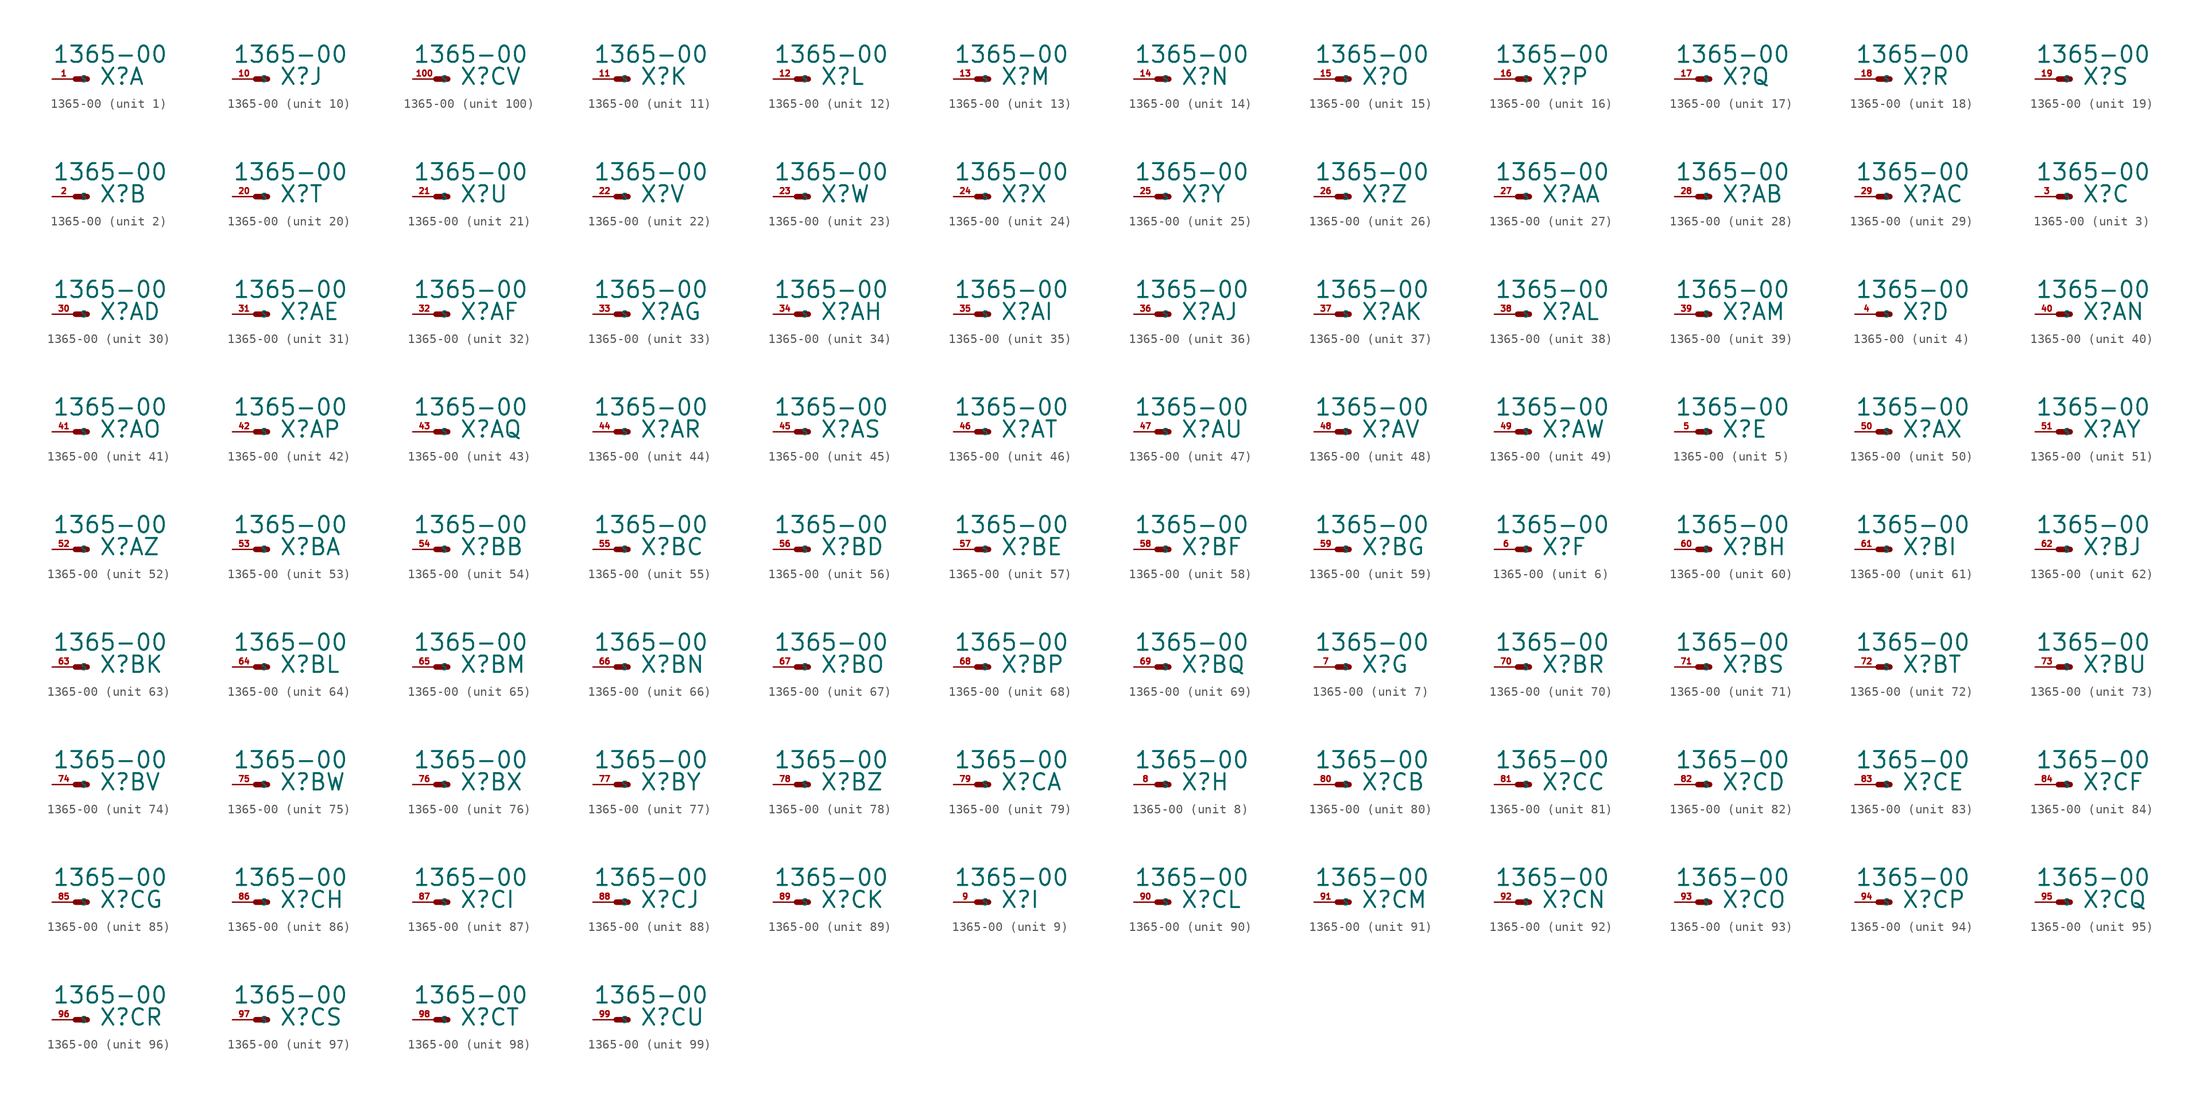
<source format=kicad_sym>
(kicad_symbol_lib
  (version 20220914)
  (generator Eagle2Kicad)
  (symbol "1365-00"
    (property "Reference" "X"
      (at 2.54 -0.762 0)
      (effects (font (size 1.778 1.778) (thickness 0.22)) (justify left bottom)))
    (property "Value" "1365-00"
      (at -2.54 1.651 0)
      (effects (font (size 1.778 1.778) (thickness 0.22)) (justify left bottom)))
    (symbol "1365-00_1_0"
      (polyline (pts (xy 0 0) (xy 1.27 0)) (stroke (width 0.61) (type default)) (fill (type none)))
      (pin passive line (at -2.54 0 0) (length 2.54) (name "S" (effects (font (size 0.635 0.635) (thickness 0.08)) (justify left bottom))) (number "1" (effects (font (size 0.635 0.635) (thickness 0.08)) (justify left bottom)))))
    (symbol "1365-00_2_0"
      (polyline (pts (xy 0 0) (xy 1.27 0)) (stroke (width 0.61) (type default)) (fill (type none)))
      (pin passive line (at -2.54 0 0) (length 2.54) (name "S" (effects (font (size 0.635 0.635) (thickness 0.08)) (justify left bottom))) (number "2" (effects (font (size 0.635 0.635) (thickness 0.08)) (justify left bottom)))))
    (symbol "1365-00_3_0"
      (polyline (pts (xy 0 0) (xy 1.27 0)) (stroke (width 0.61) (type default)) (fill (type none)))
      (pin passive line (at -2.54 0 0) (length 2.54) (name "S" (effects (font (size 0.635 0.635) (thickness 0.08)) (justify left bottom))) (number "3" (effects (font (size 0.635 0.635) (thickness 0.08)) (justify left bottom)))))
    (symbol "1365-00_4_0"
      (polyline (pts (xy 0 0) (xy 1.27 0)) (stroke (width 0.61) (type default)) (fill (type none)))
      (pin passive line (at -2.54 0 0) (length 2.54) (name "S" (effects (font (size 0.635 0.635) (thickness 0.08)) (justify left bottom))) (number "4" (effects (font (size 0.635 0.635) (thickness 0.08)) (justify left bottom)))))
    (symbol "1365-00_5_0"
      (polyline (pts (xy 0 0) (xy 1.27 0)) (stroke (width 0.61) (type default)) (fill (type none)))
      (pin passive line (at -2.54 0 0) (length 2.54) (name "S" (effects (font (size 0.635 0.635) (thickness 0.08)) (justify left bottom))) (number "5" (effects (font (size 0.635 0.635) (thickness 0.08)) (justify left bottom)))))
    (symbol "1365-00_6_0"
      (polyline (pts (xy 0 0) (xy 1.27 0)) (stroke (width 0.61) (type default)) (fill (type none)))
      (pin passive line (at -2.54 0 0) (length 2.54) (name "S" (effects (font (size 0.635 0.635) (thickness 0.08)) (justify left bottom))) (number "6" (effects (font (size 0.635 0.635) (thickness 0.08)) (justify left bottom)))))
    (symbol "1365-00_7_0"
      (polyline (pts (xy 0 0) (xy 1.27 0)) (stroke (width 0.61) (type default)) (fill (type none)))
      (pin passive line (at -2.54 0 0) (length 2.54) (name "S" (effects (font (size 0.635 0.635) (thickness 0.08)) (justify left bottom))) (number "7" (effects (font (size 0.635 0.635) (thickness 0.08)) (justify left bottom)))))
    (symbol "1365-00_8_0"
      (polyline (pts (xy 0 0) (xy 1.27 0)) (stroke (width 0.61) (type default)) (fill (type none)))
      (pin passive line (at -2.54 0 0) (length 2.54) (name "S" (effects (font (size 0.635 0.635) (thickness 0.08)) (justify left bottom))) (number "8" (effects (font (size 0.635 0.635) (thickness 0.08)) (justify left bottom)))))
    (symbol "1365-00_9_0"
      (polyline (pts (xy 0 0) (xy 1.27 0)) (stroke (width 0.61) (type default)) (fill (type none)))
      (pin passive line (at -2.54 0 0) (length 2.54) (name "S" (effects (font (size 0.635 0.635) (thickness 0.08)) (justify left bottom))) (number "9" (effects (font (size 0.635 0.635) (thickness 0.08)) (justify left bottom)))))
    (symbol "1365-00_10_0"
      (polyline (pts (xy 0 0) (xy 1.27 0)) (stroke (width 0.61) (type default)) (fill (type none)))
      (pin passive line (at -2.54 0 0) (length 2.54) (name "S" (effects (font (size 0.635 0.635) (thickness 0.08)) (justify left bottom))) (number "10" (effects (font (size 0.635 0.635) (thickness 0.08)) (justify left bottom)))))
    (symbol "1365-00_11_0"
      (polyline (pts (xy 0 0) (xy 1.27 0)) (stroke (width 0.61) (type default)) (fill (type none)))
      (pin passive line (at -2.54 0 0) (length 2.54) (name "S" (effects (font (size 0.635 0.635) (thickness 0.08)) (justify left bottom))) (number "11" (effects (font (size 0.635 0.635) (thickness 0.08)) (justify left bottom)))))
    (symbol "1365-00_12_0"
      (polyline (pts (xy 0 0) (xy 1.27 0)) (stroke (width 0.61) (type default)) (fill (type none)))
      (pin passive line (at -2.54 0 0) (length 2.54) (name "S" (effects (font (size 0.635 0.635) (thickness 0.08)) (justify left bottom))) (number "12" (effects (font (size 0.635 0.635) (thickness 0.08)) (justify left bottom)))))
    (symbol "1365-00_13_0"
      (polyline (pts (xy 0 0) (xy 1.27 0)) (stroke (width 0.61) (type default)) (fill (type none)))
      (pin passive line (at -2.54 0 0) (length 2.54) (name "S" (effects (font (size 0.635 0.635) (thickness 0.08)) (justify left bottom))) (number "13" (effects (font (size 0.635 0.635) (thickness 0.08)) (justify left bottom)))))
    (symbol "1365-00_14_0"
      (polyline (pts (xy 0 0) (xy 1.27 0)) (stroke (width 0.61) (type default)) (fill (type none)))
      (pin passive line (at -2.54 0 0) (length 2.54) (name "S" (effects (font (size 0.635 0.635) (thickness 0.08)) (justify left bottom))) (number "14" (effects (font (size 0.635 0.635) (thickness 0.08)) (justify left bottom)))))
    (symbol "1365-00_15_0"
      (polyline (pts (xy 0 0) (xy 1.27 0)) (stroke (width 0.61) (type default)) (fill (type none)))
      (pin passive line (at -2.54 0 0) (length 2.54) (name "S" (effects (font (size 0.635 0.635) (thickness 0.08)) (justify left bottom))) (number "15" (effects (font (size 0.635 0.635) (thickness 0.08)) (justify left bottom)))))
    (symbol "1365-00_16_0"
      (polyline (pts (xy 0 0) (xy 1.27 0)) (stroke (width 0.61) (type default)) (fill (type none)))
      (pin passive line (at -2.54 0 0) (length 2.54) (name "S" (effects (font (size 0.635 0.635) (thickness 0.08)) (justify left bottom))) (number "16" (effects (font (size 0.635 0.635) (thickness 0.08)) (justify left bottom)))))
    (symbol "1365-00_17_0"
      (polyline (pts (xy 0 0) (xy 1.27 0)) (stroke (width 0.61) (type default)) (fill (type none)))
      (pin passive line (at -2.54 0 0) (length 2.54) (name "S" (effects (font (size 0.635 0.635) (thickness 0.08)) (justify left bottom))) (number "17" (effects (font (size 0.635 0.635) (thickness 0.08)) (justify left bottom)))))
    (symbol "1365-00_18_0"
      (polyline (pts (xy 0 0) (xy 1.27 0)) (stroke (width 0.61) (type default)) (fill (type none)))
      (pin passive line (at -2.54 0 0) (length 2.54) (name "S" (effects (font (size 0.635 0.635) (thickness 0.08)) (justify left bottom))) (number "18" (effects (font (size 0.635 0.635) (thickness 0.08)) (justify left bottom)))))
    (symbol "1365-00_19_0"
      (polyline (pts (xy 0 0) (xy 1.27 0)) (stroke (width 0.61) (type default)) (fill (type none)))
      (pin passive line (at -2.54 0 0) (length 2.54) (name "S" (effects (font (size 0.635 0.635) (thickness 0.08)) (justify left bottom))) (number "19" (effects (font (size 0.635 0.635) (thickness 0.08)) (justify left bottom)))))
    (symbol "1365-00_20_0"
      (polyline (pts (xy 0 0) (xy 1.27 0)) (stroke (width 0.61) (type default)) (fill (type none)))
      (pin passive line (at -2.54 0 0) (length 2.54) (name "S" (effects (font (size 0.635 0.635) (thickness 0.08)) (justify left bottom))) (number "20" (effects (font (size 0.635 0.635) (thickness 0.08)) (justify left bottom)))))
    (symbol "1365-00_21_0"
      (polyline (pts (xy 0 0) (xy 1.27 0)) (stroke (width 0.61) (type default)) (fill (type none)))
      (pin passive line (at -2.54 0 0) (length 2.54) (name "S" (effects (font (size 0.635 0.635) (thickness 0.08)) (justify left bottom))) (number "21" (effects (font (size 0.635 0.635) (thickness 0.08)) (justify left bottom)))))
    (symbol "1365-00_22_0"
      (polyline (pts (xy 0 0) (xy 1.27 0)) (stroke (width 0.61) (type default)) (fill (type none)))
      (pin passive line (at -2.54 0 0) (length 2.54) (name "S" (effects (font (size 0.635 0.635) (thickness 0.08)) (justify left bottom))) (number "22" (effects (font (size 0.635 0.635) (thickness 0.08)) (justify left bottom)))))
    (symbol "1365-00_23_0"
      (polyline (pts (xy 0 0) (xy 1.27 0)) (stroke (width 0.61) (type default)) (fill (type none)))
      (pin passive line (at -2.54 0 0) (length 2.54) (name "S" (effects (font (size 0.635 0.635) (thickness 0.08)) (justify left bottom))) (number "23" (effects (font (size 0.635 0.635) (thickness 0.08)) (justify left bottom)))))
    (symbol "1365-00_24_0"
      (polyline (pts (xy 0 0) (xy 1.27 0)) (stroke (width 0.61) (type default)) (fill (type none)))
      (pin passive line (at -2.54 0 0) (length 2.54) (name "S" (effects (font (size 0.635 0.635) (thickness 0.08)) (justify left bottom))) (number "24" (effects (font (size 0.635 0.635) (thickness 0.08)) (justify left bottom)))))
    (symbol "1365-00_25_0"
      (polyline (pts (xy 0 0) (xy 1.27 0)) (stroke (width 0.61) (type default)) (fill (type none)))
      (pin passive line (at -2.54 0 0) (length 2.54) (name "S" (effects (font (size 0.635 0.635) (thickness 0.08)) (justify left bottom))) (number "25" (effects (font (size 0.635 0.635) (thickness 0.08)) (justify left bottom)))))
    (symbol "1365-00_26_0"
      (polyline (pts (xy 0 0) (xy 1.27 0)) (stroke (width 0.61) (type default)) (fill (type none)))
      (pin passive line (at -2.54 0 0) (length 2.54) (name "S" (effects (font (size 0.635 0.635) (thickness 0.08)) (justify left bottom))) (number "26" (effects (font (size 0.635 0.635) (thickness 0.08)) (justify left bottom)))))
    (symbol "1365-00_27_0"
      (polyline (pts (xy 0 0) (xy 1.27 0)) (stroke (width 0.61) (type default)) (fill (type none)))
      (pin passive line (at -2.54 0 0) (length 2.54) (name "S" (effects (font (size 0.635 0.635) (thickness 0.08)) (justify left bottom))) (number "27" (effects (font (size 0.635 0.635) (thickness 0.08)) (justify left bottom)))))
    (symbol "1365-00_28_0"
      (polyline (pts (xy 0 0) (xy 1.27 0)) (stroke (width 0.61) (type default)) (fill (type none)))
      (pin passive line (at -2.54 0 0) (length 2.54) (name "S" (effects (font (size 0.635 0.635) (thickness 0.08)) (justify left bottom))) (number "28" (effects (font (size 0.635 0.635) (thickness 0.08)) (justify left bottom)))))
    (symbol "1365-00_29_0"
      (polyline (pts (xy 0 0) (xy 1.27 0)) (stroke (width 0.61) (type default)) (fill (type none)))
      (pin passive line (at -2.54 0 0) (length 2.54) (name "S" (effects (font (size 0.635 0.635) (thickness 0.08)) (justify left bottom))) (number "29" (effects (font (size 0.635 0.635) (thickness 0.08)) (justify left bottom)))))
    (symbol "1365-00_30_0"
      (polyline (pts (xy 0 0) (xy 1.27 0)) (stroke (width 0.61) (type default)) (fill (type none)))
      (pin passive line (at -2.54 0 0) (length 2.54) (name "S" (effects (font (size 0.635 0.635) (thickness 0.08)) (justify left bottom))) (number "30" (effects (font (size 0.635 0.635) (thickness 0.08)) (justify left bottom)))))
    (symbol "1365-00_31_0"
      (polyline (pts (xy 0 0) (xy 1.27 0)) (stroke (width 0.61) (type default)) (fill (type none)))
      (pin passive line (at -2.54 0 0) (length 2.54) (name "S" (effects (font (size 0.635 0.635) (thickness 0.08)) (justify left bottom))) (number "31" (effects (font (size 0.635 0.635) (thickness 0.08)) (justify left bottom)))))
    (symbol "1365-00_32_0"
      (polyline (pts (xy 0 0) (xy 1.27 0)) (stroke (width 0.61) (type default)) (fill (type none)))
      (pin passive line (at -2.54 0 0) (length 2.54) (name "S" (effects (font (size 0.635 0.635) (thickness 0.08)) (justify left bottom))) (number "32" (effects (font (size 0.635 0.635) (thickness 0.08)) (justify left bottom)))))
    (symbol "1365-00_33_0"
      (polyline (pts (xy 0 0) (xy 1.27 0)) (stroke (width 0.61) (type default)) (fill (type none)))
      (pin passive line (at -2.54 0 0) (length 2.54) (name "S" (effects (font (size 0.635 0.635) (thickness 0.08)) (justify left bottom))) (number "33" (effects (font (size 0.635 0.635) (thickness 0.08)) (justify left bottom)))))
    (symbol "1365-00_34_0"
      (polyline (pts (xy 0 0) (xy 1.27 0)) (stroke (width 0.61) (type default)) (fill (type none)))
      (pin passive line (at -2.54 0 0) (length 2.54) (name "S" (effects (font (size 0.635 0.635) (thickness 0.08)) (justify left bottom))) (number "34" (effects (font (size 0.635 0.635) (thickness 0.08)) (justify left bottom)))))
    (symbol "1365-00_35_0"
      (polyline (pts (xy 0 0) (xy 1.27 0)) (stroke (width 0.61) (type default)) (fill (type none)))
      (pin passive line (at -2.54 0 0) (length 2.54) (name "S" (effects (font (size 0.635 0.635) (thickness 0.08)) (justify left bottom))) (number "35" (effects (font (size 0.635 0.635) (thickness 0.08)) (justify left bottom)))))
    (symbol "1365-00_36_0"
      (polyline (pts (xy 0 0) (xy 1.27 0)) (stroke (width 0.61) (type default)) (fill (type none)))
      (pin passive line (at -2.54 0 0) (length 2.54) (name "S" (effects (font (size 0.635 0.635) (thickness 0.08)) (justify left bottom))) (number "36" (effects (font (size 0.635 0.635) (thickness 0.08)) (justify left bottom)))))
    (symbol "1365-00_37_0"
      (polyline (pts (xy 0 0) (xy 1.27 0)) (stroke (width 0.61) (type default)) (fill (type none)))
      (pin passive line (at -2.54 0 0) (length 2.54) (name "S" (effects (font (size 0.635 0.635) (thickness 0.08)) (justify left bottom))) (number "37" (effects (font (size 0.635 0.635) (thickness 0.08)) (justify left bottom)))))
    (symbol "1365-00_38_0"
      (polyline (pts (xy 0 0) (xy 1.27 0)) (stroke (width 0.61) (type default)) (fill (type none)))
      (pin passive line (at -2.54 0 0) (length 2.54) (name "S" (effects (font (size 0.635 0.635) (thickness 0.08)) (justify left bottom))) (number "38" (effects (font (size 0.635 0.635) (thickness 0.08)) (justify left bottom)))))
    (symbol "1365-00_39_0"
      (polyline (pts (xy 0 0) (xy 1.27 0)) (stroke (width 0.61) (type default)) (fill (type none)))
      (pin passive line (at -2.54 0 0) (length 2.54) (name "S" (effects (font (size 0.635 0.635) (thickness 0.08)) (justify left bottom))) (number "39" (effects (font (size 0.635 0.635) (thickness 0.08)) (justify left bottom)))))
    (symbol "1365-00_40_0"
      (polyline (pts (xy 0 0) (xy 1.27 0)) (stroke (width 0.61) (type default)) (fill (type none)))
      (pin passive line (at -2.54 0 0) (length 2.54) (name "S" (effects (font (size 0.635 0.635) (thickness 0.08)) (justify left bottom))) (number "40" (effects (font (size 0.635 0.635) (thickness 0.08)) (justify left bottom)))))
    (symbol "1365-00_41_0"
      (polyline (pts (xy 0 0) (xy 1.27 0)) (stroke (width 0.61) (type default)) (fill (type none)))
      (pin passive line (at -2.54 0 0) (length 2.54) (name "S" (effects (font (size 0.635 0.635) (thickness 0.08)) (justify left bottom))) (number "41" (effects (font (size 0.635 0.635) (thickness 0.08)) (justify left bottom)))))
    (symbol "1365-00_42_0"
      (polyline (pts (xy 0 0) (xy 1.27 0)) (stroke (width 0.61) (type default)) (fill (type none)))
      (pin passive line (at -2.54 0 0) (length 2.54) (name "S" (effects (font (size 0.635 0.635) (thickness 0.08)) (justify left bottom))) (number "42" (effects (font (size 0.635 0.635) (thickness 0.08)) (justify left bottom)))))
    (symbol "1365-00_43_0"
      (polyline (pts (xy 0 0) (xy 1.27 0)) (stroke (width 0.61) (type default)) (fill (type none)))
      (pin passive line (at -2.54 0 0) (length 2.54) (name "S" (effects (font (size 0.635 0.635) (thickness 0.08)) (justify left bottom))) (number "43" (effects (font (size 0.635 0.635) (thickness 0.08)) (justify left bottom)))))
    (symbol "1365-00_44_0"
      (polyline (pts (xy 0 0) (xy 1.27 0)) (stroke (width 0.61) (type default)) (fill (type none)))
      (pin passive line (at -2.54 0 0) (length 2.54) (name "S" (effects (font (size 0.635 0.635) (thickness 0.08)) (justify left bottom))) (number "44" (effects (font (size 0.635 0.635) (thickness 0.08)) (justify left bottom)))))
    (symbol "1365-00_45_0"
      (polyline (pts (xy 0 0) (xy 1.27 0)) (stroke (width 0.61) (type default)) (fill (type none)))
      (pin passive line (at -2.54 0 0) (length 2.54) (name "S" (effects (font (size 0.635 0.635) (thickness 0.08)) (justify left bottom))) (number "45" (effects (font (size 0.635 0.635) (thickness 0.08)) (justify left bottom)))))
    (symbol "1365-00_46_0"
      (polyline (pts (xy 0 0) (xy 1.27 0)) (stroke (width 0.61) (type default)) (fill (type none)))
      (pin passive line (at -2.54 0 0) (length 2.54) (name "S" (effects (font (size 0.635 0.635) (thickness 0.08)) (justify left bottom))) (number "46" (effects (font (size 0.635 0.635) (thickness 0.08)) (justify left bottom)))))
    (symbol "1365-00_47_0"
      (polyline (pts (xy 0 0) (xy 1.27 0)) (stroke (width 0.61) (type default)) (fill (type none)))
      (pin passive line (at -2.54 0 0) (length 2.54) (name "S" (effects (font (size 0.635 0.635) (thickness 0.08)) (justify left bottom))) (number "47" (effects (font (size 0.635 0.635) (thickness 0.08)) (justify left bottom)))))
    (symbol "1365-00_48_0"
      (polyline (pts (xy 0 0) (xy 1.27 0)) (stroke (width 0.61) (type default)) (fill (type none)))
      (pin passive line (at -2.54 0 0) (length 2.54) (name "S" (effects (font (size 0.635 0.635) (thickness 0.08)) (justify left bottom))) (number "48" (effects (font (size 0.635 0.635) (thickness 0.08)) (justify left bottom)))))
    (symbol "1365-00_49_0"
      (polyline (pts (xy 0 0) (xy 1.27 0)) (stroke (width 0.61) (type default)) (fill (type none)))
      (pin passive line (at -2.54 0 0) (length 2.54) (name "S" (effects (font (size 0.635 0.635) (thickness 0.08)) (justify left bottom))) (number "49" (effects (font (size 0.635 0.635) (thickness 0.08)) (justify left bottom)))))
    (symbol "1365-00_50_0"
      (polyline (pts (xy 0 0) (xy 1.27 0)) (stroke (width 0.61) (type default)) (fill (type none)))
      (pin passive line (at -2.54 0 0) (length 2.54) (name "S" (effects (font (size 0.635 0.635) (thickness 0.08)) (justify left bottom))) (number "50" (effects (font (size 0.635 0.635) (thickness 0.08)) (justify left bottom)))))
    (symbol "1365-00_51_0"
      (polyline (pts (xy 0 0) (xy 1.27 0)) (stroke (width 0.61) (type default)) (fill (type none)))
      (pin passive line (at -2.54 0 0) (length 2.54) (name "S" (effects (font (size 0.635 0.635) (thickness 0.08)) (justify left bottom))) (number "51" (effects (font (size 0.635 0.635) (thickness 0.08)) (justify left bottom)))))
    (symbol "1365-00_52_0"
      (polyline (pts (xy 0 0) (xy 1.27 0)) (stroke (width 0.61) (type default)) (fill (type none)))
      (pin passive line (at -2.54 0 0) (length 2.54) (name "S" (effects (font (size 0.635 0.635) (thickness 0.08)) (justify left bottom))) (number "52" (effects (font (size 0.635 0.635) (thickness 0.08)) (justify left bottom)))))
    (symbol "1365-00_53_0"
      (polyline (pts (xy 0 0) (xy 1.27 0)) (stroke (width 0.61) (type default)) (fill (type none)))
      (pin passive line (at -2.54 0 0) (length 2.54) (name "S" (effects (font (size 0.635 0.635) (thickness 0.08)) (justify left bottom))) (number "53" (effects (font (size 0.635 0.635) (thickness 0.08)) (justify left bottom)))))
    (symbol "1365-00_54_0"
      (polyline (pts (xy 0 0) (xy 1.27 0)) (stroke (width 0.61) (type default)) (fill (type none)))
      (pin passive line (at -2.54 0 0) (length 2.54) (name "S" (effects (font (size 0.635 0.635) (thickness 0.08)) (justify left bottom))) (number "54" (effects (font (size 0.635 0.635) (thickness 0.08)) (justify left bottom)))))
    (symbol "1365-00_55_0"
      (polyline (pts (xy 0 0) (xy 1.27 0)) (stroke (width 0.61) (type default)) (fill (type none)))
      (pin passive line (at -2.54 0 0) (length 2.54) (name "S" (effects (font (size 0.635 0.635) (thickness 0.08)) (justify left bottom))) (number "55" (effects (font (size 0.635 0.635) (thickness 0.08)) (justify left bottom)))))
    (symbol "1365-00_56_0"
      (polyline (pts (xy 0 0) (xy 1.27 0)) (stroke (width 0.61) (type default)) (fill (type none)))
      (pin passive line (at -2.54 0 0) (length 2.54) (name "S" (effects (font (size 0.635 0.635) (thickness 0.08)) (justify left bottom))) (number "56" (effects (font (size 0.635 0.635) (thickness 0.08)) (justify left bottom)))))
    (symbol "1365-00_57_0"
      (polyline (pts (xy 0 0) (xy 1.27 0)) (stroke (width 0.61) (type default)) (fill (type none)))
      (pin passive line (at -2.54 0 0) (length 2.54) (name "S" (effects (font (size 0.635 0.635) (thickness 0.08)) (justify left bottom))) (number "57" (effects (font (size 0.635 0.635) (thickness 0.08)) (justify left bottom)))))
    (symbol "1365-00_58_0"
      (polyline (pts (xy 0 0) (xy 1.27 0)) (stroke (width 0.61) (type default)) (fill (type none)))
      (pin passive line (at -2.54 0 0) (length 2.54) (name "S" (effects (font (size 0.635 0.635) (thickness 0.08)) (justify left bottom))) (number "58" (effects (font (size 0.635 0.635) (thickness 0.08)) (justify left bottom)))))
    (symbol "1365-00_59_0"
      (polyline (pts (xy 0 0) (xy 1.27 0)) (stroke (width 0.61) (type default)) (fill (type none)))
      (pin passive line (at -2.54 0 0) (length 2.54) (name "S" (effects (font (size 0.635 0.635) (thickness 0.08)) (justify left bottom))) (number "59" (effects (font (size 0.635 0.635) (thickness 0.08)) (justify left bottom)))))
    (symbol "1365-00_60_0"
      (polyline (pts (xy 0 0) (xy 1.27 0)) (stroke (width 0.61) (type default)) (fill (type none)))
      (pin passive line (at -2.54 0 0) (length 2.54) (name "S" (effects (font (size 0.635 0.635) (thickness 0.08)) (justify left bottom))) (number "60" (effects (font (size 0.635 0.635) (thickness 0.08)) (justify left bottom)))))
    (symbol "1365-00_61_0"
      (polyline (pts (xy 0 0) (xy 1.27 0)) (stroke (width 0.61) (type default)) (fill (type none)))
      (pin passive line (at -2.54 0 0) (length 2.54) (name "S" (effects (font (size 0.635 0.635) (thickness 0.08)) (justify left bottom))) (number "61" (effects (font (size 0.635 0.635) (thickness 0.08)) (justify left bottom)))))
    (symbol "1365-00_62_0"
      (polyline (pts (xy 0 0) (xy 1.27 0)) (stroke (width 0.61) (type default)) (fill (type none)))
      (pin passive line (at -2.54 0 0) (length 2.54) (name "S" (effects (font (size 0.635 0.635) (thickness 0.08)) (justify left bottom))) (number "62" (effects (font (size 0.635 0.635) (thickness 0.08)) (justify left bottom)))))
    (symbol "1365-00_63_0"
      (polyline (pts (xy 0 0) (xy 1.27 0)) (stroke (width 0.61) (type default)) (fill (type none)))
      (pin passive line (at -2.54 0 0) (length 2.54) (name "S" (effects (font (size 0.635 0.635) (thickness 0.08)) (justify left bottom))) (number "63" (effects (font (size 0.635 0.635) (thickness 0.08)) (justify left bottom)))))
    (symbol "1365-00_64_0"
      (polyline (pts (xy 0 0) (xy 1.27 0)) (stroke (width 0.61) (type default)) (fill (type none)))
      (pin passive line (at -2.54 0 0) (length 2.54) (name "S" (effects (font (size 0.635 0.635) (thickness 0.08)) (justify left bottom))) (number "64" (effects (font (size 0.635 0.635) (thickness 0.08)) (justify left bottom)))))
    (symbol "1365-00_65_0"
      (polyline (pts (xy 0 0) (xy 1.27 0)) (stroke (width 0.61) (type default)) (fill (type none)))
      (pin passive line (at -2.54 0 0) (length 2.54) (name "S" (effects (font (size 0.635 0.635) (thickness 0.08)) (justify left bottom))) (number "65" (effects (font (size 0.635 0.635) (thickness 0.08)) (justify left bottom)))))
    (symbol "1365-00_66_0"
      (polyline (pts (xy 0 0) (xy 1.27 0)) (stroke (width 0.61) (type default)) (fill (type none)))
      (pin passive line (at -2.54 0 0) (length 2.54) (name "S" (effects (font (size 0.635 0.635) (thickness 0.08)) (justify left bottom))) (number "66" (effects (font (size 0.635 0.635) (thickness 0.08)) (justify left bottom)))))
    (symbol "1365-00_67_0"
      (polyline (pts (xy 0 0) (xy 1.27 0)) (stroke (width 0.61) (type default)) (fill (type none)))
      (pin passive line (at -2.54 0 0) (length 2.54) (name "S" (effects (font (size 0.635 0.635) (thickness 0.08)) (justify left bottom))) (number "67" (effects (font (size 0.635 0.635) (thickness 0.08)) (justify left bottom)))))
    (symbol "1365-00_68_0"
      (polyline (pts (xy 0 0) (xy 1.27 0)) (stroke (width 0.61) (type default)) (fill (type none)))
      (pin passive line (at -2.54 0 0) (length 2.54) (name "S" (effects (font (size 0.635 0.635) (thickness 0.08)) (justify left bottom))) (number "68" (effects (font (size 0.635 0.635) (thickness 0.08)) (justify left bottom)))))
    (symbol "1365-00_69_0"
      (polyline (pts (xy 0 0) (xy 1.27 0)) (stroke (width 0.61) (type default)) (fill (type none)))
      (pin passive line (at -2.54 0 0) (length 2.54) (name "S" (effects (font (size 0.635 0.635) (thickness 0.08)) (justify left bottom))) (number "69" (effects (font (size 0.635 0.635) (thickness 0.08)) (justify left bottom)))))
    (symbol "1365-00_70_0"
      (polyline (pts (xy 0 0) (xy 1.27 0)) (stroke (width 0.61) (type default)) (fill (type none)))
      (pin passive line (at -2.54 0 0) (length 2.54) (name "S" (effects (font (size 0.635 0.635) (thickness 0.08)) (justify left bottom))) (number "70" (effects (font (size 0.635 0.635) (thickness 0.08)) (justify left bottom)))))
    (symbol "1365-00_71_0"
      (polyline (pts (xy 0 0) (xy 1.27 0)) (stroke (width 0.61) (type default)) (fill (type none)))
      (pin passive line (at -2.54 0 0) (length 2.54) (name "S" (effects (font (size 0.635 0.635) (thickness 0.08)) (justify left bottom))) (number "71" (effects (font (size 0.635 0.635) (thickness 0.08)) (justify left bottom)))))
    (symbol "1365-00_72_0"
      (polyline (pts (xy 0 0) (xy 1.27 0)) (stroke (width 0.61) (type default)) (fill (type none)))
      (pin passive line (at -2.54 0 0) (length 2.54) (name "S" (effects (font (size 0.635 0.635) (thickness 0.08)) (justify left bottom))) (number "72" (effects (font (size 0.635 0.635) (thickness 0.08)) (justify left bottom)))))
    (symbol "1365-00_73_0"
      (polyline (pts (xy 0 0) (xy 1.27 0)) (stroke (width 0.61) (type default)) (fill (type none)))
      (pin passive line (at -2.54 0 0) (length 2.54) (name "S" (effects (font (size 0.635 0.635) (thickness 0.08)) (justify left bottom))) (number "73" (effects (font (size 0.635 0.635) (thickness 0.08)) (justify left bottom)))))
    (symbol "1365-00_74_0"
      (polyline (pts (xy 0 0) (xy 1.27 0)) (stroke (width 0.61) (type default)) (fill (type none)))
      (pin passive line (at -2.54 0 0) (length 2.54) (name "S" (effects (font (size 0.635 0.635) (thickness 0.08)) (justify left bottom))) (number "74" (effects (font (size 0.635 0.635) (thickness 0.08)) (justify left bottom)))))
    (symbol "1365-00_75_0"
      (polyline (pts (xy 0 0) (xy 1.27 0)) (stroke (width 0.61) (type default)) (fill (type none)))
      (pin passive line (at -2.54 0 0) (length 2.54) (name "S" (effects (font (size 0.635 0.635) (thickness 0.08)) (justify left bottom))) (number "75" (effects (font (size 0.635 0.635) (thickness 0.08)) (justify left bottom)))))
    (symbol "1365-00_76_0"
      (polyline (pts (xy 0 0) (xy 1.27 0)) (stroke (width 0.61) (type default)) (fill (type none)))
      (pin passive line (at -2.54 0 0) (length 2.54) (name "S" (effects (font (size 0.635 0.635) (thickness 0.08)) (justify left bottom))) (number "76" (effects (font (size 0.635 0.635) (thickness 0.08)) (justify left bottom)))))
    (symbol "1365-00_77_0"
      (polyline (pts (xy 0 0) (xy 1.27 0)) (stroke (width 0.61) (type default)) (fill (type none)))
      (pin passive line (at -2.54 0 0) (length 2.54) (name "S" (effects (font (size 0.635 0.635) (thickness 0.08)) (justify left bottom))) (number "77" (effects (font (size 0.635 0.635) (thickness 0.08)) (justify left bottom)))))
    (symbol "1365-00_78_0"
      (polyline (pts (xy 0 0) (xy 1.27 0)) (stroke (width 0.61) (type default)) (fill (type none)))
      (pin passive line (at -2.54 0 0) (length 2.54) (name "S" (effects (font (size 0.635 0.635) (thickness 0.08)) (justify left bottom))) (number "78" (effects (font (size 0.635 0.635) (thickness 0.08)) (justify left bottom)))))
    (symbol "1365-00_79_0"
      (polyline (pts (xy 0 0) (xy 1.27 0)) (stroke (width 0.61) (type default)) (fill (type none)))
      (pin passive line (at -2.54 0 0) (length 2.54) (name "S" (effects (font (size 0.635 0.635) (thickness 0.08)) (justify left bottom))) (number "79" (effects (font (size 0.635 0.635) (thickness 0.08)) (justify left bottom)))))
    (symbol "1365-00_80_0"
      (polyline (pts (xy 0 0) (xy 1.27 0)) (stroke (width 0.61) (type default)) (fill (type none)))
      (pin passive line (at -2.54 0 0) (length 2.54) (name "S" (effects (font (size 0.635 0.635) (thickness 0.08)) (justify left bottom))) (number "80" (effects (font (size 0.635 0.635) (thickness 0.08)) (justify left bottom)))))
    (symbol "1365-00_81_0"
      (polyline (pts (xy 0 0) (xy 1.27 0)) (stroke (width 0.61) (type default)) (fill (type none)))
      (pin passive line (at -2.54 0 0) (length 2.54) (name "S" (effects (font (size 0.635 0.635) (thickness 0.08)) (justify left bottom))) (number "81" (effects (font (size 0.635 0.635) (thickness 0.08)) (justify left bottom)))))
    (symbol "1365-00_82_0"
      (polyline (pts (xy 0 0) (xy 1.27 0)) (stroke (width 0.61) (type default)) (fill (type none)))
      (pin passive line (at -2.54 0 0) (length 2.54) (name "S" (effects (font (size 0.635 0.635) (thickness 0.08)) (justify left bottom))) (number "82" (effects (font (size 0.635 0.635) (thickness 0.08)) (justify left bottom)))))
    (symbol "1365-00_83_0"
      (polyline (pts (xy 0 0) (xy 1.27 0)) (stroke (width 0.61) (type default)) (fill (type none)))
      (pin passive line (at -2.54 0 0) (length 2.54) (name "S" (effects (font (size 0.635 0.635) (thickness 0.08)) (justify left bottom))) (number "83" (effects (font (size 0.635 0.635) (thickness 0.08)) (justify left bottom)))))
    (symbol "1365-00_84_0"
      (polyline (pts (xy 0 0) (xy 1.27 0)) (stroke (width 0.61) (type default)) (fill (type none)))
      (pin passive line (at -2.54 0 0) (length 2.54) (name "S" (effects (font (size 0.635 0.635) (thickness 0.08)) (justify left bottom))) (number "84" (effects (font (size 0.635 0.635) (thickness 0.08)) (justify left bottom)))))
    (symbol "1365-00_85_0"
      (polyline (pts (xy 0 0) (xy 1.27 0)) (stroke (width 0.61) (type default)) (fill (type none)))
      (pin passive line (at -2.54 0 0) (length 2.54) (name "S" (effects (font (size 0.635 0.635) (thickness 0.08)) (justify left bottom))) (number "85" (effects (font (size 0.635 0.635) (thickness 0.08)) (justify left bottom)))))
    (symbol "1365-00_86_0"
      (polyline (pts (xy 0 0) (xy 1.27 0)) (stroke (width 0.61) (type default)) (fill (type none)))
      (pin passive line (at -2.54 0 0) (length 2.54) (name "S" (effects (font (size 0.635 0.635) (thickness 0.08)) (justify left bottom))) (number "86" (effects (font (size 0.635 0.635) (thickness 0.08)) (justify left bottom)))))
    (symbol "1365-00_87_0"
      (polyline (pts (xy 0 0) (xy 1.27 0)) (stroke (width 0.61) (type default)) (fill (type none)))
      (pin passive line (at -2.54 0 0) (length 2.54) (name "S" (effects (font (size 0.635 0.635) (thickness 0.08)) (justify left bottom))) (number "87" (effects (font (size 0.635 0.635) (thickness 0.08)) (justify left bottom)))))
    (symbol "1365-00_88_0"
      (polyline (pts (xy 0 0) (xy 1.27 0)) (stroke (width 0.61) (type default)) (fill (type none)))
      (pin passive line (at -2.54 0 0) (length 2.54) (name "S" (effects (font (size 0.635 0.635) (thickness 0.08)) (justify left bottom))) (number "88" (effects (font (size 0.635 0.635) (thickness 0.08)) (justify left bottom)))))
    (symbol "1365-00_89_0"
      (polyline (pts (xy 0 0) (xy 1.27 0)) (stroke (width 0.61) (type default)) (fill (type none)))
      (pin passive line (at -2.54 0 0) (length 2.54) (name "S" (effects (font (size 0.635 0.635) (thickness 0.08)) (justify left bottom))) (number "89" (effects (font (size 0.635 0.635) (thickness 0.08)) (justify left bottom)))))
    (symbol "1365-00_90_0"
      (polyline (pts (xy 0 0) (xy 1.27 0)) (stroke (width 0.61) (type default)) (fill (type none)))
      (pin passive line (at -2.54 0 0) (length 2.54) (name "S" (effects (font (size 0.635 0.635) (thickness 0.08)) (justify left bottom))) (number "90" (effects (font (size 0.635 0.635) (thickness 0.08)) (justify left bottom)))))
    (symbol "1365-00_91_0"
      (polyline (pts (xy 0 0) (xy 1.27 0)) (stroke (width 0.61) (type default)) (fill (type none)))
      (pin passive line (at -2.54 0 0) (length 2.54) (name "S" (effects (font (size 0.635 0.635) (thickness 0.08)) (justify left bottom))) (number "91" (effects (font (size 0.635 0.635) (thickness 0.08)) (justify left bottom)))))
    (symbol "1365-00_92_0"
      (polyline (pts (xy 0 0) (xy 1.27 0)) (stroke (width 0.61) (type default)) (fill (type none)))
      (pin passive line (at -2.54 0 0) (length 2.54) (name "S" (effects (font (size 0.635 0.635) (thickness 0.08)) (justify left bottom))) (number "92" (effects (font (size 0.635 0.635) (thickness 0.08)) (justify left bottom)))))
    (symbol "1365-00_93_0"
      (polyline (pts (xy 0 0) (xy 1.27 0)) (stroke (width 0.61) (type default)) (fill (type none)))
      (pin passive line (at -2.54 0 0) (length 2.54) (name "S" (effects (font (size 0.635 0.635) (thickness 0.08)) (justify left bottom))) (number "93" (effects (font (size 0.635 0.635) (thickness 0.08)) (justify left bottom)))))
    (symbol "1365-00_94_0"
      (polyline (pts (xy 0 0) (xy 1.27 0)) (stroke (width 0.61) (type default)) (fill (type none)))
      (pin passive line (at -2.54 0 0) (length 2.54) (name "S" (effects (font (size 0.635 0.635) (thickness 0.08)) (justify left bottom))) (number "94" (effects (font (size 0.635 0.635) (thickness 0.08)) (justify left bottom)))))
    (symbol "1365-00_95_0"
      (polyline (pts (xy 0 0) (xy 1.27 0)) (stroke (width 0.61) (type default)) (fill (type none)))
      (pin passive line (at -2.54 0 0) (length 2.54) (name "S" (effects (font (size 0.635 0.635) (thickness 0.08)) (justify left bottom))) (number "95" (effects (font (size 0.635 0.635) (thickness 0.08)) (justify left bottom)))))
    (symbol "1365-00_96_0"
      (polyline (pts (xy 0 0) (xy 1.27 0)) (stroke (width 0.61) (type default)) (fill (type none)))
      (pin passive line (at -2.54 0 0) (length 2.54) (name "S" (effects (font (size 0.635 0.635) (thickness 0.08)) (justify left bottom))) (number "96" (effects (font (size 0.635 0.635) (thickness 0.08)) (justify left bottom)))))
    (symbol "1365-00_97_0"
      (polyline (pts (xy 0 0) (xy 1.27 0)) (stroke (width 0.61) (type default)) (fill (type none)))
      (pin passive line (at -2.54 0 0) (length 2.54) (name "S" (effects (font (size 0.635 0.635) (thickness 0.08)) (justify left bottom))) (number "97" (effects (font (size 0.635 0.635) (thickness 0.08)) (justify left bottom)))))
    (symbol "1365-00_98_0"
      (polyline (pts (xy 0 0) (xy 1.27 0)) (stroke (width 0.61) (type default)) (fill (type none)))
      (pin passive line (at -2.54 0 0) (length 2.54) (name "S" (effects (font (size 0.635 0.635) (thickness 0.08)) (justify left bottom))) (number "98" (effects (font (size 0.635 0.635) (thickness 0.08)) (justify left bottom)))))
    (symbol "1365-00_99_0"
      (polyline (pts (xy 0 0) (xy 1.27 0)) (stroke (width 0.61) (type default)) (fill (type none)))
      (pin passive line (at -2.54 0 0) (length 2.54) (name "S" (effects (font (size 0.635 0.635) (thickness 0.08)) (justify left bottom))) (number "99" (effects (font (size 0.635 0.635) (thickness 0.08)) (justify left bottom)))))
    (symbol "1365-00_100_0"
      (polyline (pts (xy 0 0) (xy 1.27 0)) (stroke (width 0.61) (type default)) (fill (type none)))
      (pin passive line (at -2.54 0 0) (length 2.54) (name "S" (effects (font (size 0.635 0.635) (thickness 0.08)) (justify left bottom))) (number "100" (effects (font (size 0.635 0.635) (thickness 0.08)) (justify left bottom)))))))
</source>
